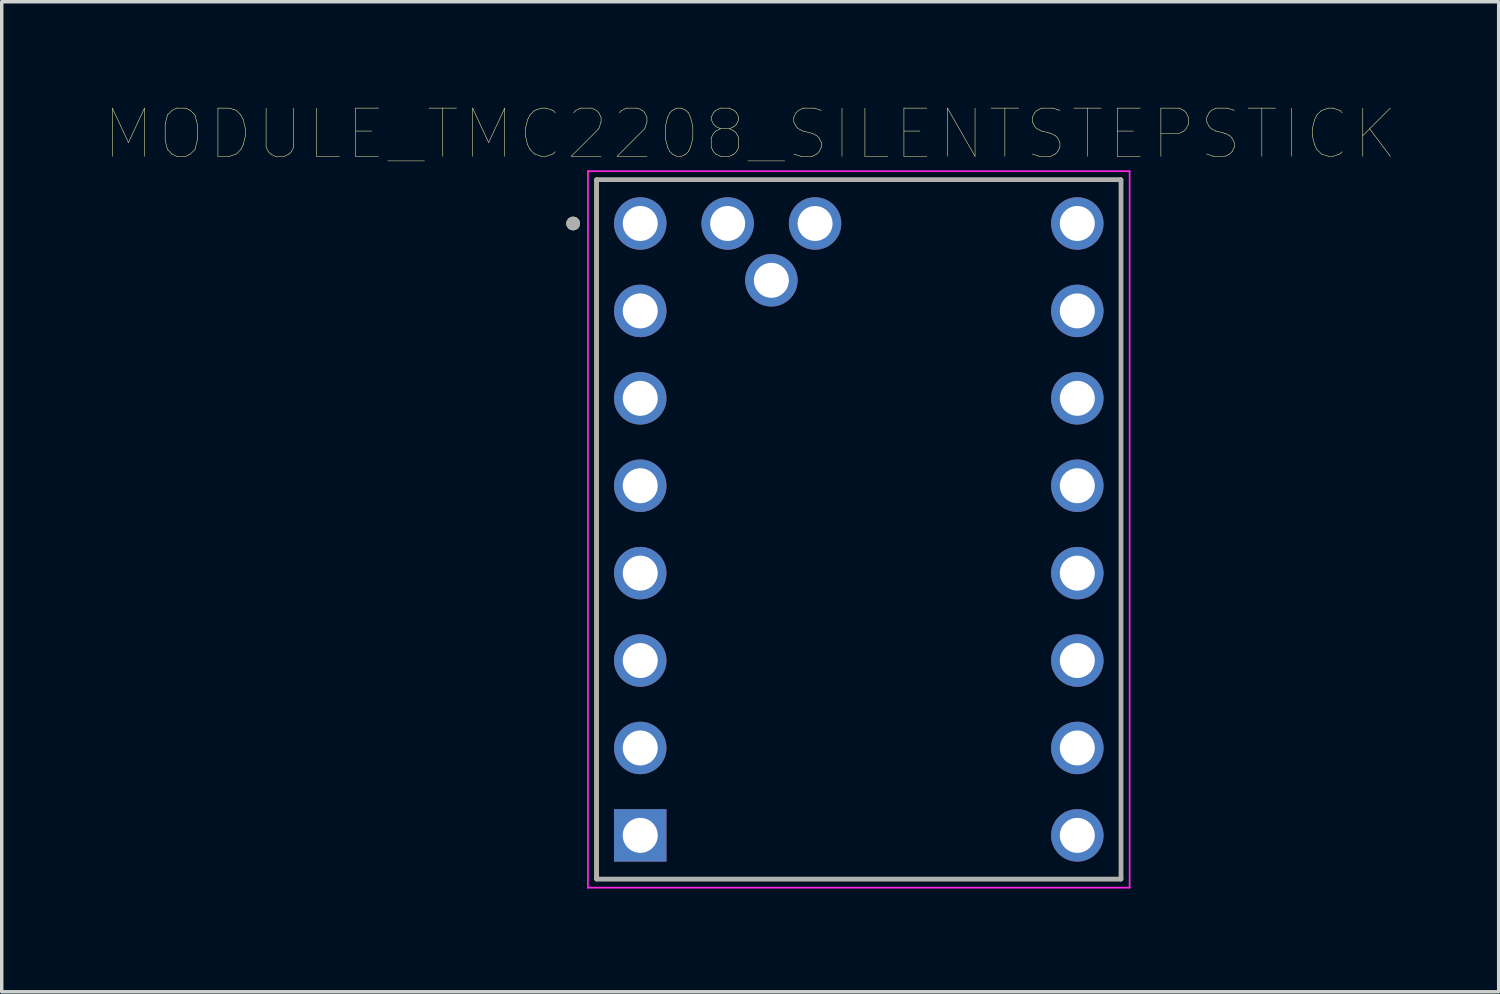
<source format=kicad_pcb>
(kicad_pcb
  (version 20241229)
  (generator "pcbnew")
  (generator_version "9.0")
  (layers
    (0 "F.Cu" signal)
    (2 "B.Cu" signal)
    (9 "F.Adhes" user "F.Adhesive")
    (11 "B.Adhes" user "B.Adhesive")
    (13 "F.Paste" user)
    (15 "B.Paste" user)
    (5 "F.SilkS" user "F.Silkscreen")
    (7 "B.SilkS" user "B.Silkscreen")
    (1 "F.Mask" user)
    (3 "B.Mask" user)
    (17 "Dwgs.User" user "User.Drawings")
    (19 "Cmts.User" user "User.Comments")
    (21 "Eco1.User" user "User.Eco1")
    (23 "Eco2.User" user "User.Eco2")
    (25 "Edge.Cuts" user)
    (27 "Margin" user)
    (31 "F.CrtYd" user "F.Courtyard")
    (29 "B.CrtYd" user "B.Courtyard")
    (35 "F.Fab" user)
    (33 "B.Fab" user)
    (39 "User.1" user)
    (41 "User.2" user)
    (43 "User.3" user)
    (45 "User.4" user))
  (footprint "MODULE_TMC2208_SILENTSTEPSTICK"
    (layer "F.Cu")
    (at 21.904 12.334)
    (property "Reference" "MODULE_TMC2208_SILENTSTEPSTICK" (at -3.155 -11.489 0) (layer "F.SilkS") (effects (font (size 1.4 1.4) (thickness 0.015))))
    (attr through_hole)
    (fp_line (start -7.62 -10.16) (end -7.62 10.16) (stroke (width 0.127) (type solid)) (layer "F.SilkS"))
    (fp_line (start -7.62 10.16) (end 7.62 10.16) (stroke (width 0.127) (type solid)) (layer "F.SilkS"))
    (fp_line (start 7.62 -10.16) (end -7.62 -10.16) (stroke (width 0.127) (type solid)) (layer "F.SilkS"))
    (fp_line (start 7.62 10.16) (end 7.62 -10.16) (stroke (width 0.127) (type solid)) (layer "F.SilkS"))
    (fp_circle (center -8.3 -8.89) (end -8.2 -8.89) (stroke (width 0.2) (type solid)) (fill no) (layer "F.SilkS"))
    (fp_line (start -7.87 -10.41) (end -7.87 10.41) (stroke (width 0.05) (type solid)) (layer "F.CrtYd"))
    (fp_line (start -7.87 -10.41) (end 7.87 -10.41) (stroke (width 0.05) (type solid)) (layer "F.CrtYd"))
    (fp_line (start -7.87 10.41) (end 7.87 10.41) (stroke (width 0.05) (type solid)) (layer "F.CrtYd"))
    (fp_line (start 7.87 -10.41) (end 7.87 10.41) (stroke (width 0.05) (type solid)) (layer "F.CrtYd"))
    (fp_line (start -7.62 -10.16) (end -7.62 10.16) (stroke (width 0.127) (type solid)) (layer "F.Fab"))
    (fp_line (start -7.62 10.16) (end 7.62 10.16) (stroke (width 0.127) (type solid)) (layer "F.Fab"))
    (fp_line (start 7.62 -10.16) (end -7.62 -10.16) (stroke (width 0.127) (type solid)) (layer "F.Fab"))
    (fp_line (start 7.62 10.16) (end 7.62 -10.16) (stroke (width 0.127) (type solid)) (layer "F.Fab"))
    (fp_circle (center -8.3 -8.89) (end -8.2 -8.89) (stroke (width 0.2) (type solid)) (fill no) (layer "F.Fab"))
    (pad "JP1_1" thru_hole rect (at -6.35 8.89) (size 1.524 1.524) (drill 1.016) (layers "*.Cu" "*.Mask"))
    (pad "JP1_2" thru_hole circle (at -6.35 6.35) (size 1.524 1.524) (drill 1.016) (layers "*.Cu" "*.Mask"))
    (pad "JP1_3" thru_hole circle (at -6.35 3.81) (size 1.524 1.524) (drill 1.016) (layers "*.Cu" "*.Mask"))
    (pad "JP1_4" thru_hole circle (at -6.35 1.27) (size 1.524 1.524) (drill 1.016) (layers "*.Cu" "*.Mask"))
    (pad "JP1_5" thru_hole circle (at -6.35 -1.27) (size 1.524 1.524) (drill 1.016) (layers "*.Cu" "*.Mask"))
    (pad "JP1_6" thru_hole circle (at -6.35 -3.81) (size 1.524 1.524) (drill 1.016) (layers "*.Cu" "*.Mask"))
    (pad "JP1_7" thru_hole circle (at -6.35 -6.35) (size 1.524 1.524) (drill 1.016) (layers "*.Cu" "*.Mask"))
    (pad "JP1_8" thru_hole circle (at -6.35 -8.89) (size 1.524 1.524) (drill 1.016) (layers "*.Cu" "*.Mask"))
    (pad "JP2_1" thru_hole circle (at 6.35 -8.89) (size 1.524 1.524) (drill 1.016) (layers "*.Cu" "*.Mask"))
    (pad "JP2_2" thru_hole circle (at 6.35 -6.35) (size 1.524 1.524) (drill 1.016) (layers "*.Cu" "*.Mask"))
    (pad "JP2_3" thru_hole circle (at 6.35 -3.81) (size 1.524 1.524) (drill 1.016) (layers "*.Cu" "*.Mask"))
    (pad "JP2_4" thru_hole circle (at 6.35 -1.27) (size 1.524 1.524) (drill 1.016) (layers "*.Cu" "*.Mask"))
    (pad "JP2_5" thru_hole circle (at 6.35 1.27) (size 1.524 1.524) (drill 1.016) (layers "*.Cu" "*.Mask"))
    (pad "JP2_6" thru_hole circle (at 6.35 3.81) (size 1.524 1.524) (drill 1.016) (layers "*.Cu" "*.Mask"))
    (pad "JP2_7" thru_hole circle (at 6.35 6.35) (size 1.524 1.524) (drill 1.016) (layers "*.Cu" "*.Mask"))
    (pad "JP2_8" thru_hole circle (at 6.35 8.89) (size 1.524 1.524) (drill 1.016) (layers "*.Cu" "*.Mask"))
    (pad "JP3_1" thru_hole circle (at -2.54 -7.239) (size 1.524 1.524) (drill 1.016) (layers "*.Cu" "*.Mask"))
    (pad "JP4_1" thru_hole circle (at -1.27 -8.89) (size 1.524 1.524) (drill 1.016) (layers "*.Cu" "*.Mask"))
    (pad "JP5_1" thru_hole circle (at -3.81 -8.89) (size 1.524 1.524) (drill 1.016) (layers "*.Cu" "*.Mask")))
  (gr_rect
    (start -3 -3)
    (end 40.498 25.769)
    (stroke (width 0.1) (type default))
    (fill no)
    (layer "Edge.Cuts")))
</source>
